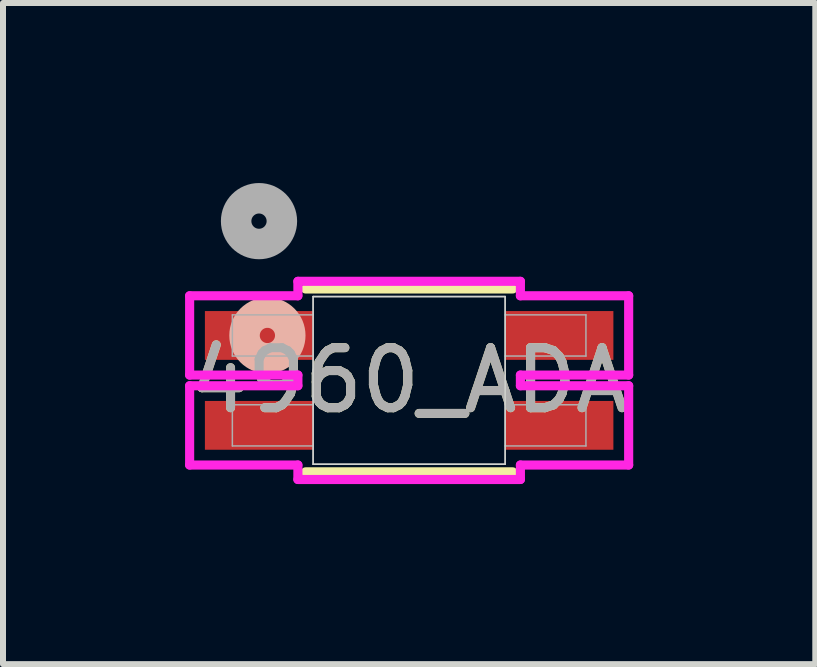
<source format=kicad_pcb>
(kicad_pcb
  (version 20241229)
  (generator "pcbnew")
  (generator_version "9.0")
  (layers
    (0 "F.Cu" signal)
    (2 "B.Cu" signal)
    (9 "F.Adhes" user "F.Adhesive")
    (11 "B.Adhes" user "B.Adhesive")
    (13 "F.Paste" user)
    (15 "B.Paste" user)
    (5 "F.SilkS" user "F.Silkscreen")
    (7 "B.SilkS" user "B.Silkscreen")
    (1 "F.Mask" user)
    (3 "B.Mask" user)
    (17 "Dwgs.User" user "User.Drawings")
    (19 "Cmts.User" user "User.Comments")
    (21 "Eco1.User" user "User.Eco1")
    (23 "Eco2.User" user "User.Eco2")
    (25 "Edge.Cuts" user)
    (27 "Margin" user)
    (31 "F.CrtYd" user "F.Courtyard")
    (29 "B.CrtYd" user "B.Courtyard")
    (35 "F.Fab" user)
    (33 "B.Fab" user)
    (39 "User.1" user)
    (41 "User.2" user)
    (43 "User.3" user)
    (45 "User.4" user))
  (footprint "4960_ADA"
    (layer "F.Cu")
    (at 3.768 3.289)
    (property "Reference" "4960_ADA" (at 0 0 0) (unlocked yes) (layer "F.SilkS") (effects (font (size 1 1) (thickness 0.15))))
    (attr smd)
    (fp_line (start -1.727 -1.524) (end 1.727 -1.524) (stroke (width 0.152) (type solid)) (layer "F.SilkS"))
    (fp_line (start 1.727 1.524) (end -1.727 1.524) (stroke (width 0.152) (type solid)) (layer "F.SilkS"))
    (fp_circle (center -2.362 -0.749) (end -1.981 -0.749) (stroke (width 0.508) (type solid)) (fill no) (layer "B.SilkS"))
    (fp_line (start -1.6 -1.397) (end -1.6 1.397) (stroke (width 0.025) (type solid)) (layer "Edge.Cuts"))
    (fp_line (start -1.6 -1.397) (end 1.6 -1.397) (stroke (width 0.025) (type solid)) (layer "Edge.Cuts"))
    (fp_line (start -1.6 1.397) (end 1.6 1.397) (stroke (width 0.025) (type solid)) (layer "Edge.Cuts"))
    (fp_line (start 1.6 1.397) (end 1.6 -1.397) (stroke (width 0.025) (type solid)) (layer "Edge.Cuts"))
    (fp_line (start -3.658 -1.41) (end -3.658 -0.089) (stroke (width 0.152) (type solid)) (layer "F.CrtYd"))
    (fp_line (start -3.658 -0.089) (end -1.854 -0.089) (stroke (width 0.152) (type solid)) (layer "F.CrtYd"))
    (fp_line (start -3.658 0.089) (end -3.658 1.41) (stroke (width 0.152) (type solid)) (layer "F.CrtYd"))
    (fp_line (start -3.658 1.41) (end -1.854 1.41) (stroke (width 0.152) (type solid)) (layer "F.CrtYd"))
    (fp_line (start -1.854 -1.651) (end -1.854 -1.41) (stroke (width 0.152) (type solid)) (layer "F.CrtYd"))
    (fp_line (start -1.854 -1.41) (end -3.658 -1.41) (stroke (width 0.152) (type solid)) (layer "F.CrtYd"))
    (fp_line (start -1.854 -0.089) (end -1.854 0.089) (stroke (width 0.152) (type solid)) (layer "F.CrtYd"))
    (fp_line (start -1.854 0.089) (end -3.658 0.089) (stroke (width 0.152) (type solid)) (layer "F.CrtYd"))
    (fp_line (start -1.854 1.41) (end -1.854 1.651) (stroke (width 0.152) (type solid)) (layer "F.CrtYd"))
    (fp_line (start -1.854 1.651) (end 1.854 1.651) (stroke (width 0.152) (type solid)) (layer "F.CrtYd"))
    (fp_line (start 1.854 -1.651) (end -1.854 -1.651) (stroke (width 0.152) (type solid)) (layer "F.CrtYd"))
    (fp_line (start 1.854 -1.41) (end 1.854 -1.651) (stroke (width 0.152) (type solid)) (layer "F.CrtYd"))
    (fp_line (start 1.854 -0.089) (end 3.658 -0.089) (stroke (width 0.152) (type solid)) (layer "F.CrtYd"))
    (fp_line (start 1.854 0.089) (end 1.854 -0.089) (stroke (width 0.152) (type solid)) (layer "F.CrtYd"))
    (fp_line (start 1.854 1.41) (end 3.658 1.41) (stroke (width 0.152) (type solid)) (layer "F.CrtYd"))
    (fp_line (start 1.854 1.651) (end 1.854 1.41) (stroke (width 0.152) (type solid)) (layer "F.CrtYd"))
    (fp_line (start 3.658 -1.41) (end 1.854 -1.41) (stroke (width 0.152) (type solid)) (layer "F.CrtYd"))
    (fp_line (start 3.658 -0.089) (end 3.658 -1.41) (stroke (width 0.152) (type solid)) (layer "F.CrtYd"))
    (fp_line (start 3.658 0.089) (end 1.854 0.089) (stroke (width 0.152) (type solid)) (layer "F.CrtYd"))
    (fp_line (start 3.658 1.41) (end 3.658 0.089) (stroke (width 0.152) (type solid)) (layer "F.CrtYd"))
    (fp_line (start -2.946 -1.092) (end -2.946 -0.406) (stroke (width 0.025) (type solid)) (layer "F.Fab"))
    (fp_line (start -2.946 -0.406) (end -1.6 -0.406) (stroke (width 0.025) (type solid)) (layer "F.Fab"))
    (fp_line (start -2.946 0.406) (end -2.946 1.092) (stroke (width 0.025) (type solid)) (layer "F.Fab"))
    (fp_line (start -2.946 1.092) (end -1.6 1.092) (stroke (width 0.025) (type solid)) (layer "F.Fab"))
    (fp_line (start -1.6 -1.397) (end -1.6 1.397) (stroke (width 0.025) (type solid)) (layer "F.Fab"))
    (fp_line (start -1.6 -1.092) (end -2.946 -1.092) (stroke (width 0.025) (type solid)) (layer "F.Fab"))
    (fp_line (start -1.6 0.406) (end -2.946 0.406) (stroke (width 0.025) (type solid)) (layer "F.Fab"))
    (fp_line (start -1.6 1.397) (end 1.6 1.397) (stroke (width 0.025) (type solid)) (layer "F.Fab"))
    (fp_line (start 1.6 -1.397) (end -1.6 -1.397) (stroke (width 0.025) (type solid)) (layer "F.Fab"))
    (fp_line (start 1.6 -0.406) (end 2.946 -0.406) (stroke (width 0.025) (type solid)) (layer "F.Fab"))
    (fp_line (start 1.6 1.092) (end 2.946 1.092) (stroke (width 0.025) (type solid)) (layer "F.Fab"))
    (fp_line (start 1.6 1.397) (end 1.6 -1.397) (stroke (width 0.025) (type solid)) (layer "F.Fab"))
    (fp_line (start 2.946 -1.092) (end 1.6 -1.092) (stroke (width 0.025) (type solid)) (layer "F.Fab"))
    (fp_line (start 2.946 -0.406) (end 2.946 -1.092) (stroke (width 0.025) (type solid)) (layer "F.Fab"))
    (fp_line (start 2.946 0.406) (end 1.6 0.406) (stroke (width 0.025) (type solid)) (layer "F.Fab"))
    (fp_line (start 2.946 1.092) (end 2.946 0.406) (stroke (width 0.025) (type solid)) (layer "F.Fab"))
    (fp_circle (center -2.502 -2.654) (end -2.121 -2.654) (stroke (width 0.508) (type solid)) (fill no) (layer "F.Fab"))
    (fp_text user "${REFERENCE}" (at 0 0 0) (unlocked yes) (layer "F.Fab") (effects (font (size 1 1) (thickness 0.15))))
    (pad "1" smd rect (at -2.502 -0.749) (size 1.803 0.813) (layers "F.Cu" "F.Mask" "F.Paste"))
    (pad "2" smd rect (at -2.502 0.749) (size 1.803 0.813) (layers "F.Cu" "F.Mask" "F.Paste"))
    (pad "3" smd rect (at 2.502 0.749) (size 1.803 0.813) (layers "F.Cu" "F.Mask" "F.Paste"))
    (pad "4" smd rect (at 2.502 -0.749) (size 1.803 0.813) (layers "F.Cu" "F.Mask" "F.Paste")))
  (gr_rect
    (start -3 -3)
    (end 10.536 8.017)
    (stroke (width 0.1) (type default))
    (fill no)
    (layer "Edge.Cuts")))
</source>
